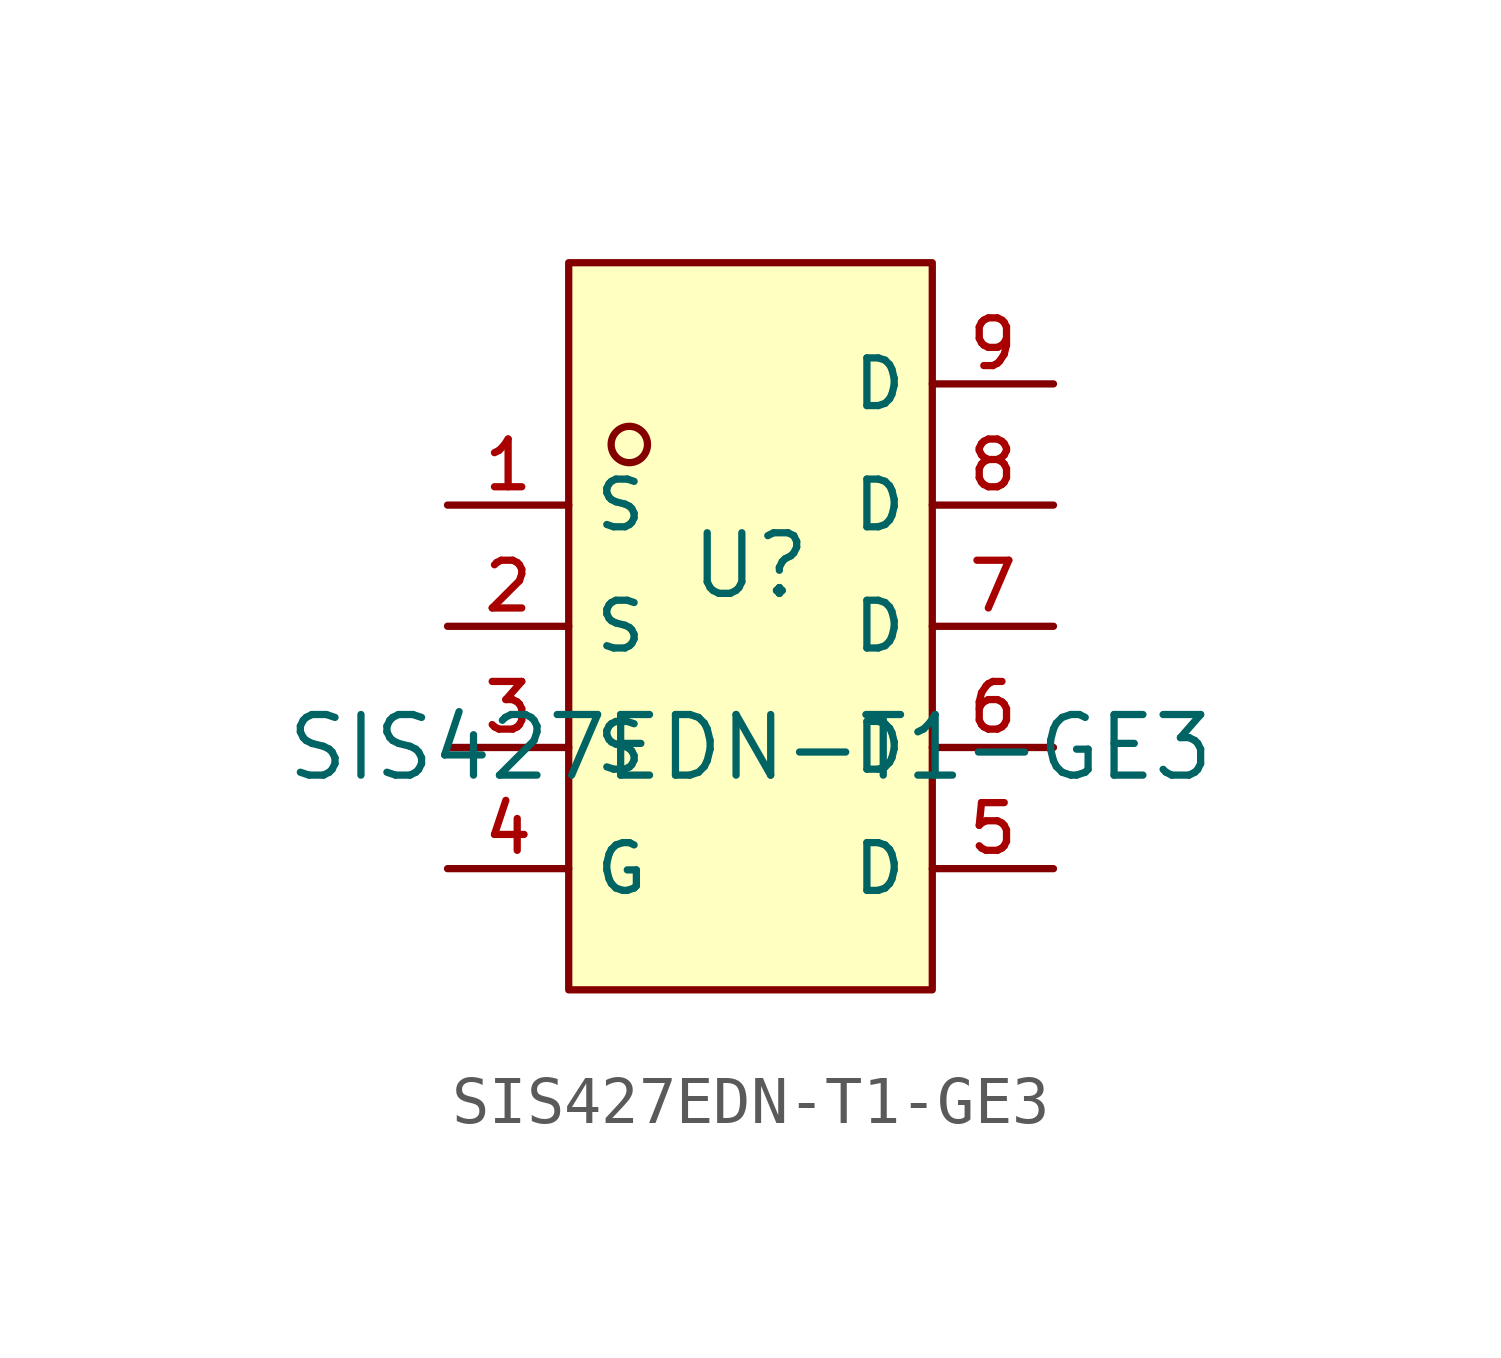
<source format=kicad_sym>
(kicad_symbol_lib
  (version 20210201)
  (generator TousstNicolas/JLC2KiCad_lib)
  (symbol "SIS427EDN-T1-GE3"
    (property "Reference" "U"
      (at 0 1.27 0)
      (effects (font (size 1.27 1.27))))
    (property "Value" "SIS427EDN-T1-GE3"
      (at 0 -2.54 0)
      (effects (font (size 1.27 1.27))))
    (symbol "SIS427EDN-T1-GE3_0_1"
      (rectangle (start -3.81 7.62) (end 3.81 -7.62) (stroke (width 0) (type default) (color 0 0 0 0)) (fill (type background)))
      (circle (center -2.54 3.81) (radius 0.381) (stroke (width 0) (type default) (color 0 0 0 0)) (fill (type background)))
      (pin unspecified line (at -6.35 2.54 0) (length 2.54) (name "S" (effects (font (size 1 1)))) (number "1" (effects (font (size 1 1)))))
      (pin unspecified line (at -6.35 -0.0 0) (length 2.54) (name "S" (effects (font (size 1 1)))) (number "2" (effects (font (size 1 1)))))
      (pin unspecified line (at -6.35 -2.54 0) (length 2.54) (name "S" (effects (font (size 1 1)))) (number "3" (effects (font (size 1 1)))))
      (pin unspecified line (at -6.35 -5.08 0) (length 2.54) (name "G" (effects (font (size 1 1)))) (number "4" (effects (font (size 1 1)))))
      (pin unspecified line (at 6.35 -5.08 180) (length 2.54) (name "D" (effects (font (size 1 1)))) (number "5" (effects (font (size 1 1)))))
      (pin unspecified line (at 6.35 -2.54 180) (length 2.54) (name "D" (effects (font (size 1 1)))) (number "6" (effects (font (size 1 1)))))
      (pin unspecified line (at 6.35 -0.0 180) (length 2.54) (name "D" (effects (font (size 1 1)))) (number "7" (effects (font (size 1 1)))))
      (pin unspecified line (at 6.35 2.54 180) (length 2.54) (name "D" (effects (font (size 1 1)))) (number "8" (effects (font (size 1 1)))))
      (pin unspecified line (at 6.35 5.08 180) (length 2.54) (name "D" (effects (font (size 1 1)))) (number "9" (effects (font (size 1 1))))))))
</source>
